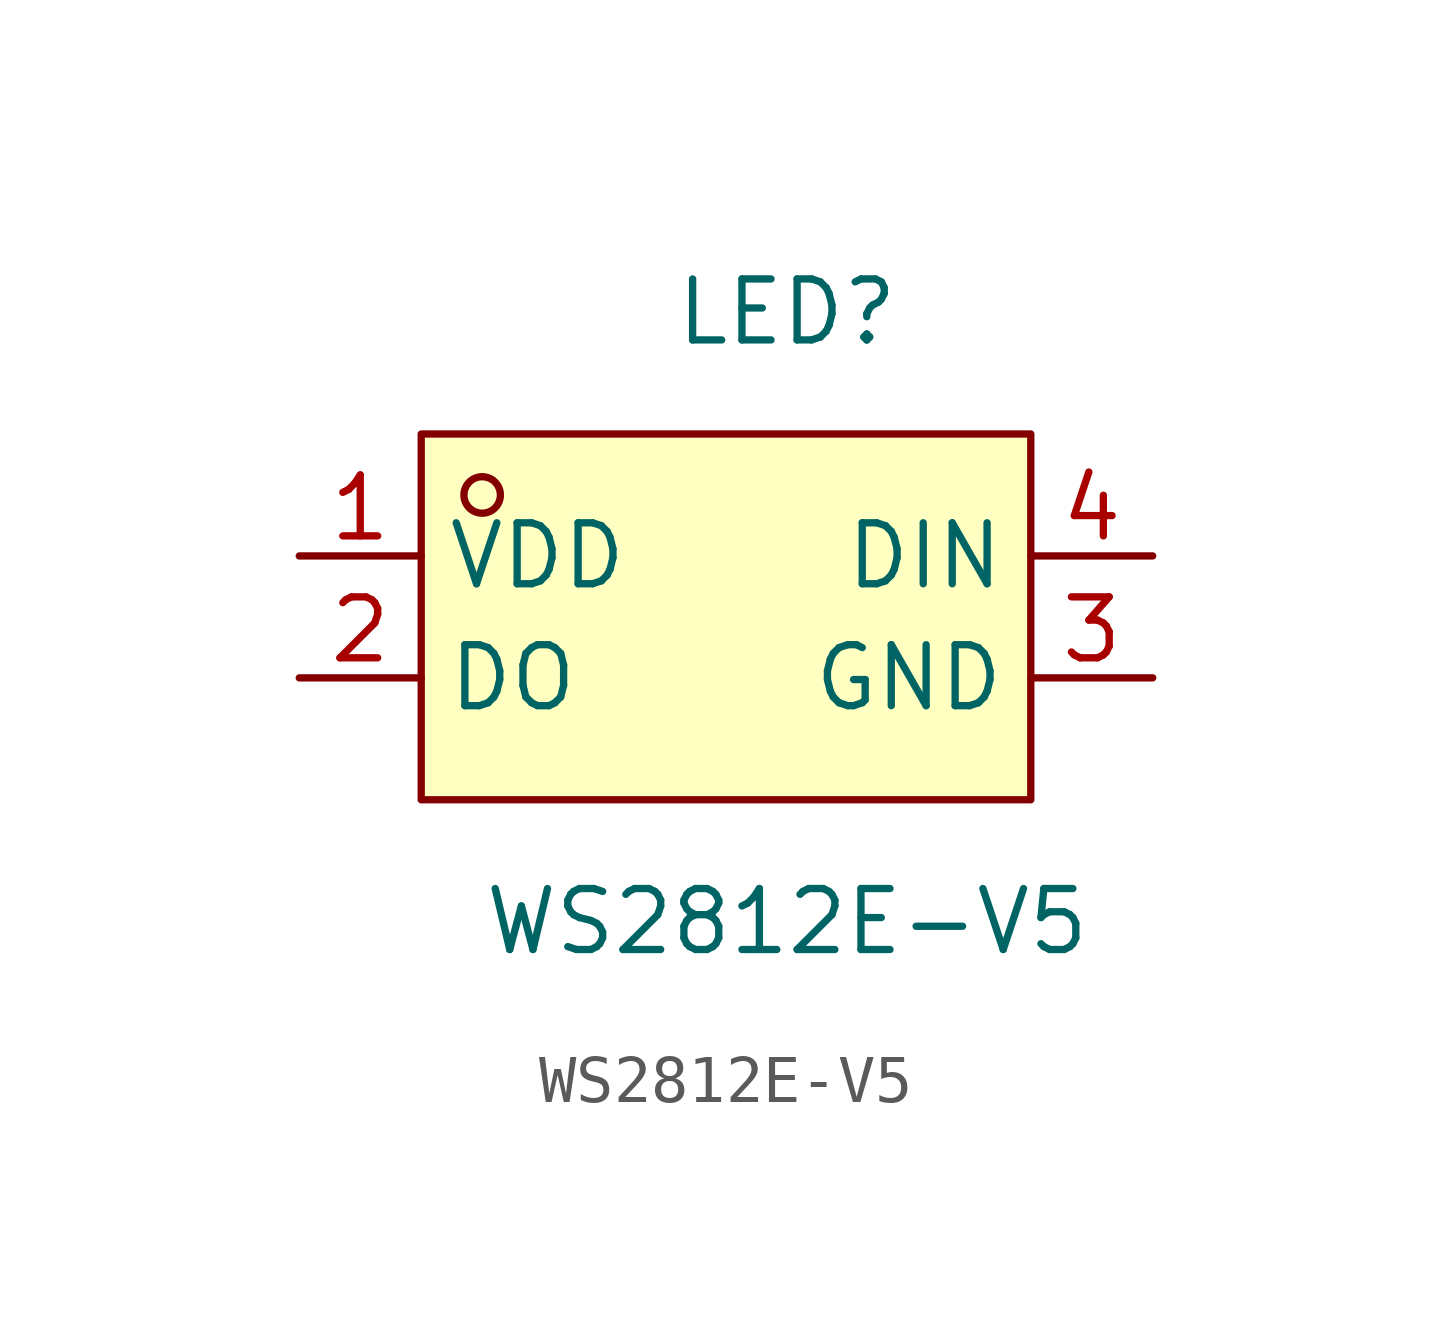
<source format=kicad_sym>
(kicad_symbol_lib
  (version 20231120)
  (generator "kicad_symbol_editor")
  (generator_version "8.0")
  (symbol "WS2812E-V5"
    (property "Reference" "LED"
      (at 0 7.62 0)
      (effects (font (size 1.27 1.27))))
    (property "Value" "WS2812E-V5"
      (at 0 -5.08 0)
      (effects (font (size 1.27 1.27))))
    (symbol "WS2812E-V5_0_1"
      (rectangle (start -7.62 5.08) (end 5.08 -2.54) (stroke (width 0) (type default)) (fill (type background)))
      (circle (center -6.35 3.81) (radius 0.38) (stroke (width 0) (type default)) (fill (type none)))
      (pin unspecified line (at -10.16 2.54 0) (length 2.54) (name "VDD" (effects (font (size 1.27 1.27)))) (number "1" (effects (font (size 1.27 1.27)))))
      (pin unspecified line (at -10.16 0 0) (length 2.54) (name "DO" (effects (font (size 1.27 1.27)))) (number "2" (effects (font (size 1.27 1.27)))))
      (pin unspecified line (at 7.62 0 180) (length 2.54) (name "GND" (effects (font (size 1.27 1.27)))) (number "3" (effects (font (size 1.27 1.27)))))
      (pin unspecified line (at 7.62 2.54 180) (length 2.54) (name "DIN" (effects (font (size 1.27 1.27)))) (number "4" (effects (font (size 1.27 1.27))))))))
</source>
